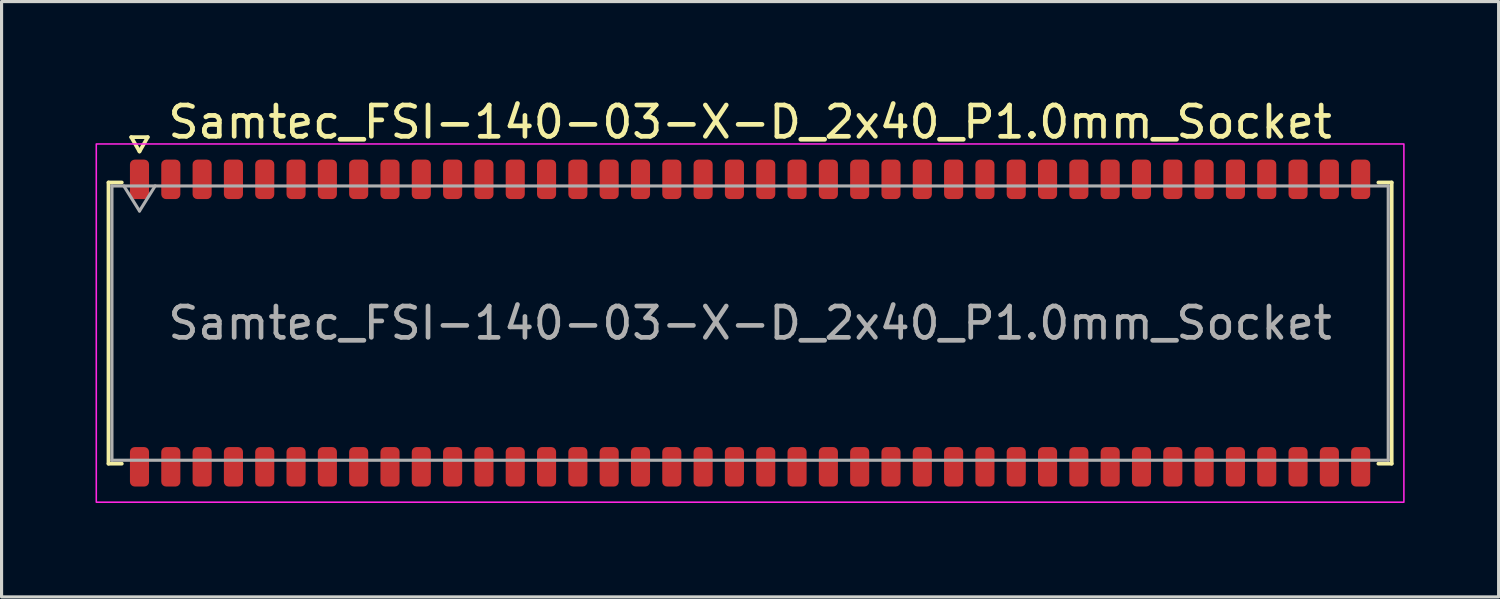
<source format=kicad_pcb>
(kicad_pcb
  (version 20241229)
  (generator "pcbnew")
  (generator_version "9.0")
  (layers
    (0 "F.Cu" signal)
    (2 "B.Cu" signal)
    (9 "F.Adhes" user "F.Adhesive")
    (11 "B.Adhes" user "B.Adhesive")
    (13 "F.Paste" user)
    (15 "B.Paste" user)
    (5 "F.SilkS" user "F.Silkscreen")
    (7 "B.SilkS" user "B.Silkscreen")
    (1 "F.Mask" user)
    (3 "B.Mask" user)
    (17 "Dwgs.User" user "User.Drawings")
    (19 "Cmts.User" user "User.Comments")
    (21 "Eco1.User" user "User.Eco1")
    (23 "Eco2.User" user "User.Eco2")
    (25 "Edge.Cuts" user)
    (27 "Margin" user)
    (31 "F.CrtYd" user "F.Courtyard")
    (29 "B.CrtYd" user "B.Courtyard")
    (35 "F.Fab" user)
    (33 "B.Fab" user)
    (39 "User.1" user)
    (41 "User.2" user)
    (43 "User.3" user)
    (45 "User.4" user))
  (footprint "Samtec_FSI-140-03-X-D_2x40_P1.0mm_Socket"
    (layer "F.Cu")
    (at 20.905 7.268)
    (property "Reference" "Samtec_FSI-140-03-X-D_2x40_P1.0mm_Socket" (at 0 -6.42 0) (layer "F.SilkS") (effects (font (size 1 1) (thickness 0.15))))
    (attr smd)
    (fp_line (start -20.49 -4.49) (end -20.065 -4.49) (stroke (width 0.12) (type solid)) (layer "F.SilkS"))
    (fp_line (start -20.49 4.49) (end -20.49 -4.49) (stroke (width 0.12) (type solid)) (layer "F.SilkS"))
    (fp_line (start -20.065 4.49) (end -20.49 4.49) (stroke (width 0.12) (type solid)) (layer "F.SilkS"))
    (fp_line (start -19.764 -5.938) (end -19.5 -5.48) (stroke (width 0.12) (type solid)) (layer "F.SilkS"))
    (fp_line (start -19.5 -5.48) (end -19.236 -5.938) (stroke (width 0.12) (type solid)) (layer "F.SilkS"))
    (fp_line (start -19.236 -5.938) (end -19.764 -5.938) (stroke (width 0.12) (type solid)) (layer "F.SilkS"))
    (fp_line (start 20.065 -4.49) (end 20.49 -4.49) (stroke (width 0.12) (type solid)) (layer "F.SilkS"))
    (fp_line (start 20.49 -4.49) (end 20.49 4.49) (stroke (width 0.12) (type solid)) (layer "F.SilkS"))
    (fp_line (start 20.49 4.49) (end 20.065 4.49) (stroke (width 0.12) (type solid)) (layer "F.SilkS"))
    (fp_rect (start -20.88 -5.72) (end 20.88 5.72) (stroke (width 0.05) (type solid)) (fill no) (layer "F.CrtYd"))
    (fp_line (start -20.38 -4.38) (end 20.38 -4.38) (stroke (width 0.1) (type solid)) (layer "F.Fab"))
    (fp_line (start -20.38 4.38) (end -20.38 -4.38) (stroke (width 0.1) (type solid)) (layer "F.Fab"))
    (fp_line (start -20 -4.38) (end -19.5 -3.58) (stroke (width 0.1) (type solid)) (layer "F.Fab"))
    (fp_line (start -19.5 -3.58) (end -19 -4.38) (stroke (width 0.1) (type solid)) (layer "F.Fab"))
    (fp_line (start 20.38 -4.38) (end 20.38 4.38) (stroke (width 0.1) (type solid)) (layer "F.Fab"))
    (fp_line (start 20.38 4.38) (end -20.38 4.38) (stroke (width 0.1) (type solid)) (layer "F.Fab"))
    (fp_text user "${REFERENCE}" (at 0 0 0) (layer "F.Fab") (effects (font (size 1 1) (thickness 0.15))))
    (pad "1" smd roundrect (at -19.5 -4.59) (size 0.61 1.26) (layers "F.Cu" "F.Mask" "F.Paste") (roundrect_rratio 0.25))
    (pad "2" smd roundrect (at -19.5 4.59) (size 0.61 1.26) (layers "F.Cu" "F.Mask" "F.Paste") (roundrect_rratio 0.25))
    (pad "3" smd roundrect (at -18.5 -4.59) (size 0.61 1.26) (layers "F.Cu" "F.Mask" "F.Paste") (roundrect_rratio 0.25))
    (pad "4" smd roundrect (at -18.5 4.59) (size 0.61 1.26) (layers "F.Cu" "F.Mask" "F.Paste") (roundrect_rratio 0.25))
    (pad "5" smd roundrect (at -17.5 -4.59) (size 0.61 1.26) (layers "F.Cu" "F.Mask" "F.Paste") (roundrect_rratio 0.25))
    (pad "6" smd roundrect (at -17.5 4.59) (size 0.61 1.26) (layers "F.Cu" "F.Mask" "F.Paste") (roundrect_rratio 0.25))
    (pad "7" smd roundrect (at -16.5 -4.59) (size 0.61 1.26) (layers "F.Cu" "F.Mask" "F.Paste") (roundrect_rratio 0.25))
    (pad "8" smd roundrect (at -16.5 4.59) (size 0.61 1.26) (layers "F.Cu" "F.Mask" "F.Paste") (roundrect_rratio 0.25))
    (pad "9" smd roundrect (at -15.5 -4.59) (size 0.61 1.26) (layers "F.Cu" "F.Mask" "F.Paste") (roundrect_rratio 0.25))
    (pad "10" smd roundrect (at -15.5 4.59) (size 0.61 1.26) (layers "F.Cu" "F.Mask" "F.Paste") (roundrect_rratio 0.25))
    (pad "11" smd roundrect (at -14.5 -4.59) (size 0.61 1.26) (layers "F.Cu" "F.Mask" "F.Paste") (roundrect_rratio 0.25))
    (pad "12" smd roundrect (at -14.5 4.59) (size 0.61 1.26) (layers "F.Cu" "F.Mask" "F.Paste") (roundrect_rratio 0.25))
    (pad "13" smd roundrect (at -13.5 -4.59) (size 0.61 1.26) (layers "F.Cu" "F.Mask" "F.Paste") (roundrect_rratio 0.25))
    (pad "14" smd roundrect (at -13.5 4.59) (size 0.61 1.26) (layers "F.Cu" "F.Mask" "F.Paste") (roundrect_rratio 0.25))
    (pad "15" smd roundrect (at -12.5 -4.59) (size 0.61 1.26) (layers "F.Cu" "F.Mask" "F.Paste") (roundrect_rratio 0.25))
    (pad "16" smd roundrect (at -12.5 4.59) (size 0.61 1.26) (layers "F.Cu" "F.Mask" "F.Paste") (roundrect_rratio 0.25))
    (pad "17" smd roundrect (at -11.5 -4.59) (size 0.61 1.26) (layers "F.Cu" "F.Mask" "F.Paste") (roundrect_rratio 0.25))
    (pad "18" smd roundrect (at -11.5 4.59) (size 0.61 1.26) (layers "F.Cu" "F.Mask" "F.Paste") (roundrect_rratio 0.25))
    (pad "19" smd roundrect (at -10.5 -4.59) (size 0.61 1.26) (layers "F.Cu" "F.Mask" "F.Paste") (roundrect_rratio 0.25))
    (pad "20" smd roundrect (at -10.5 4.59) (size 0.61 1.26) (layers "F.Cu" "F.Mask" "F.Paste") (roundrect_rratio 0.25))
    (pad "21" smd roundrect (at -9.5 -4.59) (size 0.61 1.26) (layers "F.Cu" "F.Mask" "F.Paste") (roundrect_rratio 0.25))
    (pad "22" smd roundrect (at -9.5 4.59) (size 0.61 1.26) (layers "F.Cu" "F.Mask" "F.Paste") (roundrect_rratio 0.25))
    (pad "23" smd roundrect (at -8.5 -4.59) (size 0.61 1.26) (layers "F.Cu" "F.Mask" "F.Paste") (roundrect_rratio 0.25))
    (pad "24" smd roundrect (at -8.5 4.59) (size 0.61 1.26) (layers "F.Cu" "F.Mask" "F.Paste") (roundrect_rratio 0.25))
    (pad "25" smd roundrect (at -7.5 -4.59) (size 0.61 1.26) (layers "F.Cu" "F.Mask" "F.Paste") (roundrect_rratio 0.25))
    (pad "26" smd roundrect (at -7.5 4.59) (size 0.61 1.26) (layers "F.Cu" "F.Mask" "F.Paste") (roundrect_rratio 0.25))
    (pad "27" smd roundrect (at -6.5 -4.59) (size 0.61 1.26) (layers "F.Cu" "F.Mask" "F.Paste") (roundrect_rratio 0.25))
    (pad "28" smd roundrect (at -6.5 4.59) (size 0.61 1.26) (layers "F.Cu" "F.Mask" "F.Paste") (roundrect_rratio 0.25))
    (pad "29" smd roundrect (at -5.5 -4.59) (size 0.61 1.26) (layers "F.Cu" "F.Mask" "F.Paste") (roundrect_rratio 0.25))
    (pad "30" smd roundrect (at -5.5 4.59) (size 0.61 1.26) (layers "F.Cu" "F.Mask" "F.Paste") (roundrect_rratio 0.25))
    (pad "31" smd roundrect (at -4.5 -4.59) (size 0.61 1.26) (layers "F.Cu" "F.Mask" "F.Paste") (roundrect_rratio 0.25))
    (pad "32" smd roundrect (at -4.5 4.59) (size 0.61 1.26) (layers "F.Cu" "F.Mask" "F.Paste") (roundrect_rratio 0.25))
    (pad "33" smd roundrect (at -3.5 -4.59) (size 0.61 1.26) (layers "F.Cu" "F.Mask" "F.Paste") (roundrect_rratio 0.25))
    (pad "34" smd roundrect (at -3.5 4.59) (size 0.61 1.26) (layers "F.Cu" "F.Mask" "F.Paste") (roundrect_rratio 0.25))
    (pad "35" smd roundrect (at -2.5 -4.59) (size 0.61 1.26) (layers "F.Cu" "F.Mask" "F.Paste") (roundrect_rratio 0.25))
    (pad "36" smd roundrect (at -2.5 4.59) (size 0.61 1.26) (layers "F.Cu" "F.Mask" "F.Paste") (roundrect_rratio 0.25))
    (pad "37" smd roundrect (at -1.5 -4.59) (size 0.61 1.26) (layers "F.Cu" "F.Mask" "F.Paste") (roundrect_rratio 0.25))
    (pad "38" smd roundrect (at -1.5 4.59) (size 0.61 1.26) (layers "F.Cu" "F.Mask" "F.Paste") (roundrect_rratio 0.25))
    (pad "39" smd roundrect (at -0.5 -4.59) (size 0.61 1.26) (layers "F.Cu" "F.Mask" "F.Paste") (roundrect_rratio 0.25))
    (pad "40" smd roundrect (at -0.5 4.59) (size 0.61 1.26) (layers "F.Cu" "F.Mask" "F.Paste") (roundrect_rratio 0.25))
    (pad "41" smd roundrect (at 0.5 -4.59) (size 0.61 1.26) (layers "F.Cu" "F.Mask" "F.Paste") (roundrect_rratio 0.25))
    (pad "42" smd roundrect (at 0.5 4.59) (size 0.61 1.26) (layers "F.Cu" "F.Mask" "F.Paste") (roundrect_rratio 0.25))
    (pad "43" smd roundrect (at 1.5 -4.59) (size 0.61 1.26) (layers "F.Cu" "F.Mask" "F.Paste") (roundrect_rratio 0.25))
    (pad "44" smd roundrect (at 1.5 4.59) (size 0.61 1.26) (layers "F.Cu" "F.Mask" "F.Paste") (roundrect_rratio 0.25))
    (pad "45" smd roundrect (at 2.5 -4.59) (size 0.61 1.26) (layers "F.Cu" "F.Mask" "F.Paste") (roundrect_rratio 0.25))
    (pad "46" smd roundrect (at 2.5 4.59) (size 0.61 1.26) (layers "F.Cu" "F.Mask" "F.Paste") (roundrect_rratio 0.25))
    (pad "47" smd roundrect (at 3.5 -4.59) (size 0.61 1.26) (layers "F.Cu" "F.Mask" "F.Paste") (roundrect_rratio 0.25))
    (pad "48" smd roundrect (at 3.5 4.59) (size 0.61 1.26) (layers "F.Cu" "F.Mask" "F.Paste") (roundrect_rratio 0.25))
    (pad "49" smd roundrect (at 4.5 -4.59) (size 0.61 1.26) (layers "F.Cu" "F.Mask" "F.Paste") (roundrect_rratio 0.25))
    (pad "50" smd roundrect (at 4.5 4.59) (size 0.61 1.26) (layers "F.Cu" "F.Mask" "F.Paste") (roundrect_rratio 0.25))
    (pad "51" smd roundrect (at 5.5 -4.59) (size 0.61 1.26) (layers "F.Cu" "F.Mask" "F.Paste") (roundrect_rratio 0.25))
    (pad "52" smd roundrect (at 5.5 4.59) (size 0.61 1.26) (layers "F.Cu" "F.Mask" "F.Paste") (roundrect_rratio 0.25))
    (pad "53" smd roundrect (at 6.5 -4.59) (size 0.61 1.26) (layers "F.Cu" "F.Mask" "F.Paste") (roundrect_rratio 0.25))
    (pad "54" smd roundrect (at 6.5 4.59) (size 0.61 1.26) (layers "F.Cu" "F.Mask" "F.Paste") (roundrect_rratio 0.25))
    (pad "55" smd roundrect (at 7.5 -4.59) (size 0.61 1.26) (layers "F.Cu" "F.Mask" "F.Paste") (roundrect_rratio 0.25))
    (pad "56" smd roundrect (at 7.5 4.59) (size 0.61 1.26) (layers "F.Cu" "F.Mask" "F.Paste") (roundrect_rratio 0.25))
    (pad "57" smd roundrect (at 8.5 -4.59) (size 0.61 1.26) (layers "F.Cu" "F.Mask" "F.Paste") (roundrect_rratio 0.25))
    (pad "58" smd roundrect (at 8.5 4.59) (size 0.61 1.26) (layers "F.Cu" "F.Mask" "F.Paste") (roundrect_rratio 0.25))
    (pad "59" smd roundrect (at 9.5 -4.59) (size 0.61 1.26) (layers "F.Cu" "F.Mask" "F.Paste") (roundrect_rratio 0.25))
    (pad "60" smd roundrect (at 9.5 4.59) (size 0.61 1.26) (layers "F.Cu" "F.Mask" "F.Paste") (roundrect_rratio 0.25))
    (pad "61" smd roundrect (at 10.5 -4.59) (size 0.61 1.26) (layers "F.Cu" "F.Mask" "F.Paste") (roundrect_rratio 0.25))
    (pad "62" smd roundrect (at 10.5 4.59) (size 0.61 1.26) (layers "F.Cu" "F.Mask" "F.Paste") (roundrect_rratio 0.25))
    (pad "63" smd roundrect (at 11.5 -4.59) (size 0.61 1.26) (layers "F.Cu" "F.Mask" "F.Paste") (roundrect_rratio 0.25))
    (pad "64" smd roundrect (at 11.5 4.59) (size 0.61 1.26) (layers "F.Cu" "F.Mask" "F.Paste") (roundrect_rratio 0.25))
    (pad "65" smd roundrect (at 12.5 -4.59) (size 0.61 1.26) (layers "F.Cu" "F.Mask" "F.Paste") (roundrect_rratio 0.25))
    (pad "66" smd roundrect (at 12.5 4.59) (size 0.61 1.26) (layers "F.Cu" "F.Mask" "F.Paste") (roundrect_rratio 0.25))
    (pad "67" smd roundrect (at 13.5 -4.59) (size 0.61 1.26) (layers "F.Cu" "F.Mask" "F.Paste") (roundrect_rratio 0.25))
    (pad "68" smd roundrect (at 13.5 4.59) (size 0.61 1.26) (layers "F.Cu" "F.Mask" "F.Paste") (roundrect_rratio 0.25))
    (pad "69" smd roundrect (at 14.5 -4.59) (size 0.61 1.26) (layers "F.Cu" "F.Mask" "F.Paste") (roundrect_rratio 0.25))
    (pad "70" smd roundrect (at 14.5 4.59) (size 0.61 1.26) (layers "F.Cu" "F.Mask" "F.Paste") (roundrect_rratio 0.25))
    (pad "71" smd roundrect (at 15.5 -4.59) (size 0.61 1.26) (layers "F.Cu" "F.Mask" "F.Paste") (roundrect_rratio 0.25))
    (pad "72" smd roundrect (at 15.5 4.59) (size 0.61 1.26) (layers "F.Cu" "F.Mask" "F.Paste") (roundrect_rratio 0.25))
    (pad "73" smd roundrect (at 16.5 -4.59) (size 0.61 1.26) (layers "F.Cu" "F.Mask" "F.Paste") (roundrect_rratio 0.25))
    (pad "74" smd roundrect (at 16.5 4.59) (size 0.61 1.26) (layers "F.Cu" "F.Mask" "F.Paste") (roundrect_rratio 0.25))
    (pad "75" smd roundrect (at 17.5 -4.59) (size 0.61 1.26) (layers "F.Cu" "F.Mask" "F.Paste") (roundrect_rratio 0.25))
    (pad "76" smd roundrect (at 17.5 4.59) (size 0.61 1.26) (layers "F.Cu" "F.Mask" "F.Paste") (roundrect_rratio 0.25))
    (pad "77" smd roundrect (at 18.5 -4.59) (size 0.61 1.26) (layers "F.Cu" "F.Mask" "F.Paste") (roundrect_rratio 0.25))
    (pad "78" smd roundrect (at 18.5 4.59) (size 0.61 1.26) (layers "F.Cu" "F.Mask" "F.Paste") (roundrect_rratio 0.25))
    (pad "79" smd roundrect (at 19.5 -4.59) (size 0.61 1.26) (layers "F.Cu" "F.Mask" "F.Paste") (roundrect_rratio 0.25))
    (pad "80" smd roundrect (at 19.5 4.59) (size 0.61 1.26) (layers "F.Cu" "F.Mask" "F.Paste") (roundrect_rratio 0.25)))
  (gr_rect
    (start -3 -3)
    (end 44.81 16.013)
    (stroke (width 0.1) (type default))
    (fill no)
    (layer "Edge.Cuts")))
</source>
